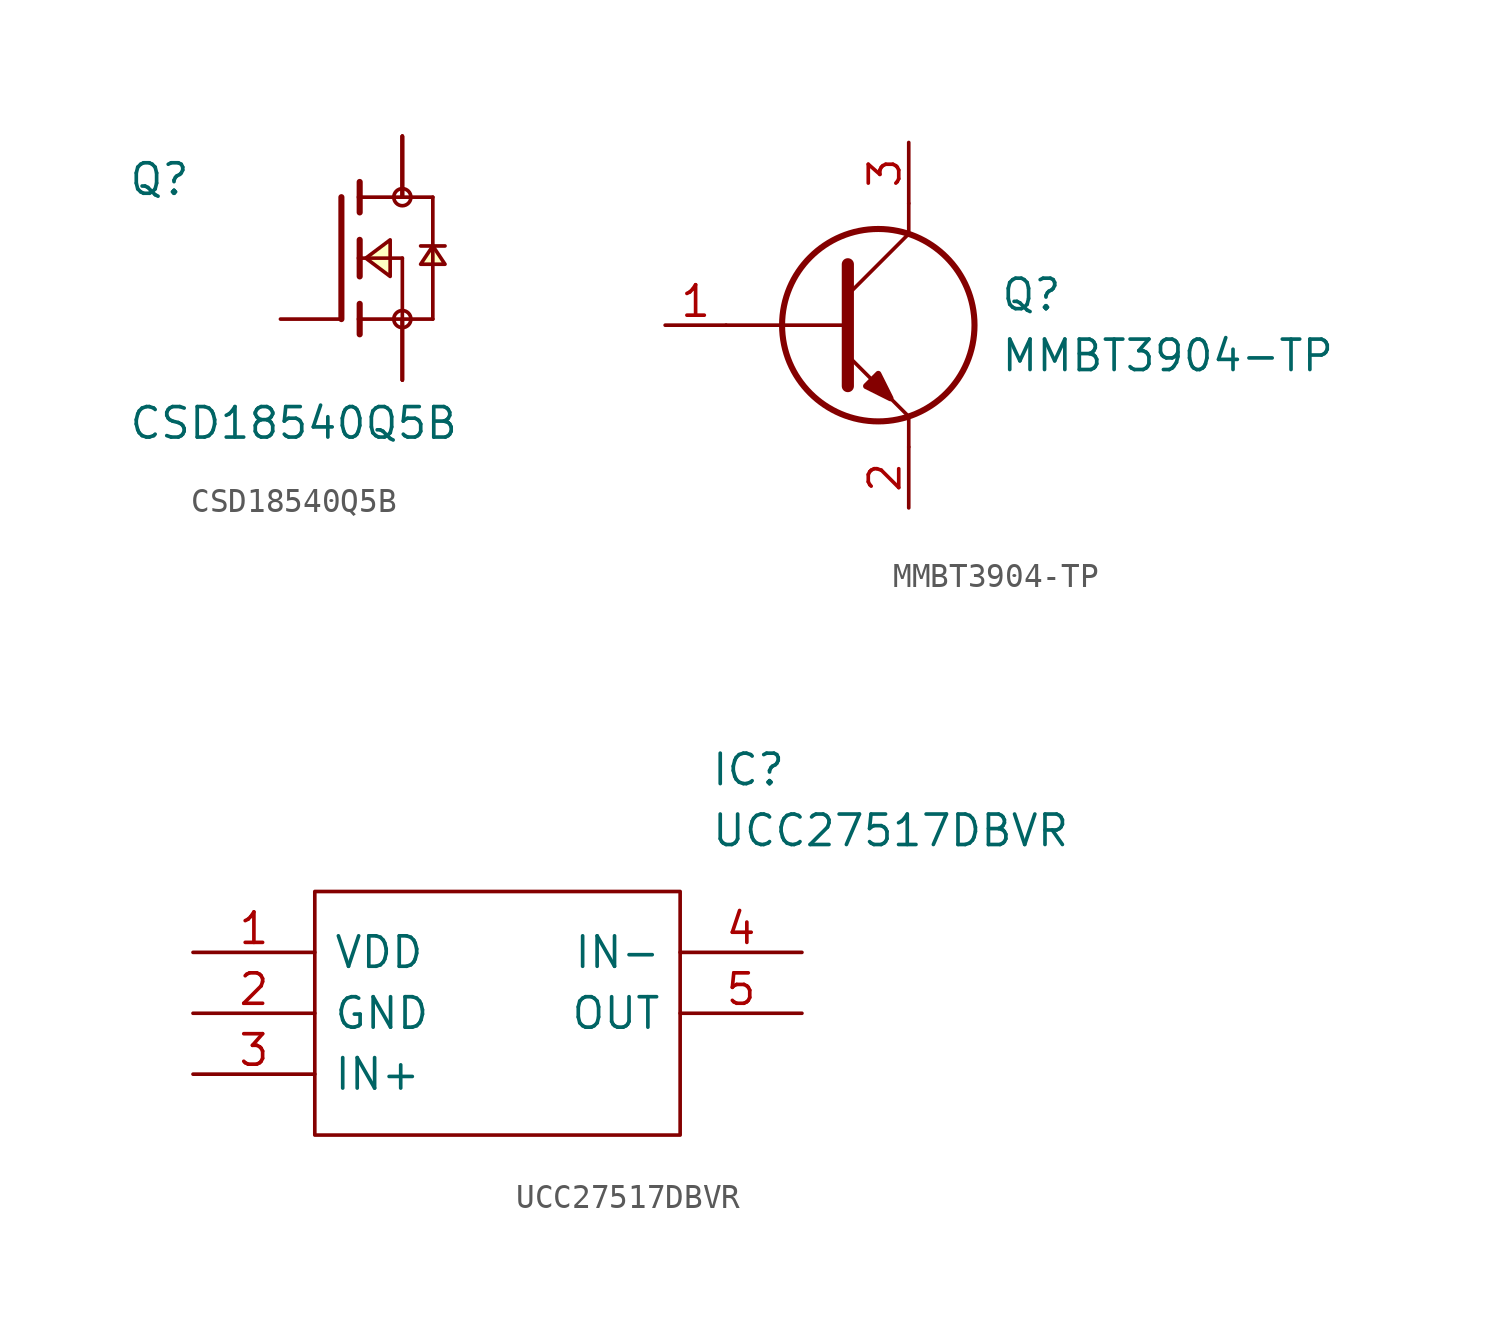
<source format=kicad_sym>
(kicad_symbol_lib
  (version 20211014)
  (generator kicad_symbol_editor)
  (symbol "CSD18540Q5B"
    (pin_numbers hide)
    (pin_names
      (offset 1.016) hide)
    (property "Reference" "Q"
      (at -8.89 2.54 0)
      (effects (font (size 1.27 1.27)) (justify left bottom)))
    (property "Value" "CSD18540Q5B"
      (at -8.89 -7.62 0)
      (effects (font (size 1.27 1.27)) (justify left bottom)))
    (property "ki_locked" ""
      (at 0 0 0)
      (effects (font (size 1.27 1.27))))
    (symbol "CSD18540Q5B_0_0"
      (polyline (pts (xy 0 2.54) (xy 0 -2.54)) (stroke (width 0.254) (type default) (color 0 0 0 0)) (fill (type none)))
      (polyline (pts (xy 0.762 -2.54) (xy 0.762 -3.175)) (stroke (width 0.254) (type default) (color 0 0 0 0)) (fill (type none)))
      (polyline (pts (xy 0.762 -1.905) (xy 0.762 -2.54)) (stroke (width 0.254) (type default) (color 0 0 0 0)) (fill (type none)))
      (polyline (pts (xy 0.762 0) (xy 0.762 -0.762)) (stroke (width 0.254) (type default) (color 0 0 0 0)) (fill (type none)))
      (polyline (pts (xy 0.762 0) (xy 2.54 0)) (stroke (width 0.152) (type default) (color 0 0 0 0)) (fill (type none)))
      (polyline (pts (xy 0.762 0.762) (xy 0.762 0)) (stroke (width 0.254) (type default) (color 0 0 0 0)) (fill (type none)))
      (polyline (pts (xy 0.762 2.54) (xy 0.762 1.905)) (stroke (width 0.254) (type default) (color 0 0 0 0)) (fill (type none)))
      (polyline (pts (xy 0.762 2.54) (xy 3.81 2.54)) (stroke (width 0.152) (type default) (color 0 0 0 0)) (fill (type none)))
      (polyline (pts (xy 0.762 3.175) (xy 0.762 2.54)) (stroke (width 0.254) (type default) (color 0 0 0 0)) (fill (type none)))
      (polyline (pts (xy 2.54 -2.54) (xy 0.762 -2.54)) (stroke (width 0.152) (type default) (color 0 0 0 0)) (fill (type none)))
      (polyline (pts (xy 2.54 -2.54) (xy 3.81 -2.54)) (stroke (width 0.152) (type default) (color 0 0 0 0)) (fill (type none)))
      (polyline (pts (xy 2.54 0) (xy 2.54 -2.54)) (stroke (width 0.152) (type default) (color 0 0 0 0)) (fill (type none)))
      (polyline (pts (xy 3.81 0.508) (xy 3.302 0.508)) (stroke (width 0.152) (type default) (color 0 0 0 0)) (fill (type none)))
      (polyline (pts (xy 3.81 0.508) (xy 3.81 -2.54)) (stroke (width 0.152) (type default) (color 0 0 0 0)) (fill (type none)))
      (polyline (pts (xy 3.81 2.54) (xy 3.81 0.508)) (stroke (width 0.152) (type default) (color 0 0 0 0)) (fill (type none)))
      (polyline (pts (xy 4.318 0.508) (xy 3.81 0.508)) (stroke (width 0.152) (type default) (color 0 0 0 0)) (fill (type none)))
      (polyline (pts (xy 1.016 0) (xy 2.032 0.762) (xy 2.032 -0.762) (xy 1.016 0)) (stroke (width 0.152) (type default) (color 0 0 0 0)) (fill (type background)))
      (polyline (pts (xy 3.81 0.508) (xy 3.302 -0.254) (xy 4.318 -0.254) (xy 3.81 0.508)) (stroke (width 0.152) (type default) (color 0 0 0 0)) (fill (type background)))
      (circle (center 2.54 -2.54) (radius 0.356) (stroke (width 0) (type default) (color 0 0 0 0)) (fill (type none)))
      (circle (center 2.54 2.54) (radius 0.356) (stroke (width 0) (type default) (color 0 0 0 0)) (fill (type none)))
      (pin passive line (at 2.54 -5.08 90) (length 2.54) (name "~" (effects (font (size 1.016 1.016)))) (number "1" (effects (font (size 1.016 1.016)))))
      (pin passive line (at 2.54 -5.08 90) (length 2.54) (name "~" (effects (font (size 1.016 1.016)))) (number "2" (effects (font (size 1.016 1.016)))))
      (pin passive line (at 2.54 -5.08 90) (length 2.54) (name "~" (effects (font (size 1.016 1.016)))) (number "3" (effects (font (size 1.016 1.016)))))
      (pin passive line (at -2.54 -2.54 0) (length 2.54) (name "~" (effects (font (size 1.016 1.016)))) (number "4" (effects (font (size 1.016 1.016)))))
      (pin passive line (at 2.54 5.08 270) (length 2.54) (name "~" (effects (font (size 1.016 1.016)))) (number "5" (effects (font (size 1.016 1.016)))))
      (pin passive line (at 2.54 5.08 270) (length 2.54) (name "~" (effects (font (size 1.016 1.016)))) (number "6" (effects (font (size 1.016 1.016)))))
      (pin passive line (at 2.54 5.08 270) (length 2.54) (name "~" (effects (font (size 1.016 1.016)))) (number "7" (effects (font (size 1.016 1.016)))))
      (pin passive line (at 2.54 5.08 270) (length 2.54) (name "~" (effects (font (size 1.016 1.016)))) (number "8" (effects (font (size 1.016 1.016)))))))
  (symbol "MMBT3904-TP"
    (pin_names
      (offset 0.762))
    (property "Reference" "Q"
      (at 13.97 1.27 0)
      (effects (font (size 1.27 1.27)) (justify left)))
    (property "Value" "MMBT3904-TP"
      (at 13.97 -1.27 0)
      (effects (font (size 1.27 1.27)) (justify left)))
    (symbol "MMBT3904-TP_0_0"
      (pin passive line (at 0 0 0) (length 2.54) (name "~" (effects (font (size 1.27 1.27)))) (number "1" (effects (font (size 1.27 1.27)))))
      (pin passive line (at 10.16 -7.62 90) (length 2.54) (name "~" (effects (font (size 1.27 1.27)))) (number "2" (effects (font (size 1.27 1.27)))))
      (pin passive line (at 10.16 7.62 270) (length 2.54) (name "~" (effects (font (size 1.27 1.27)))) (number "3" (effects (font (size 1.27 1.27))))))
    (symbol "MMBT3904-TP_0_1"
      (polyline (pts (xy 2.54 0) (xy 7.62 0)) (stroke (width 0.152) (type default) (color 0 0 0 0)) (fill (type none)))
      (polyline (pts (xy 7.62 -1.27) (xy 10.16 -3.81)) (stroke (width 0.152) (type default) (color 0 0 0 0)) (fill (type none)))
      (polyline (pts (xy 7.62 1.27) (xy 10.16 3.81)) (stroke (width 0.152) (type default) (color 0 0 0 0)) (fill (type none)))
      (polyline (pts (xy 7.62 2.54) (xy 7.62 -2.54)) (stroke (width 0.508) (type default) (color 0 0 0 0)) (fill (type none)))
      (polyline (pts (xy 10.16 -3.81) (xy 10.16 -5.08)) (stroke (width 0.152) (type default) (color 0 0 0 0)) (fill (type none)))
      (polyline (pts (xy 10.16 3.81) (xy 10.16 5.08)) (stroke (width 0.152) (type default) (color 0 0 0 0)) (fill (type none)))
      (polyline (pts (xy 8.382 -2.54) (xy 8.89 -2.032) (xy 9.398 -3.048) (xy 8.382 -2.54)) (stroke (width 0.254) (type default) (color 0 0 0 0)) (fill (type outline)))
      (circle (center 8.89 0) (radius 4.013) (stroke (width 0.254) (type default) (color 0 0 0 0)) (fill (type none)))))
  (symbol "UCC27517DBVR"
    (pin_names
      (offset 0.762))
    (property "Reference" "IC"
      (at 21.59 7.62 0)
      (effects (font (size 1.27 1.27)) (justify left)))
    (property "Value" "UCC27517DBVR"
      (at 21.59 5.08 0)
      (effects (font (size 1.27 1.27)) (justify left)))
    (symbol "UCC27517DBVR_0_0"
      (pin passive line (at 0 0 0) (length 5.08) (name "VDD" (effects (font (size 1.27 1.27)))) (number "1" (effects (font (size 1.27 1.27)))))
      (pin passive line (at 0 -2.54 0) (length 5.08) (name "GND" (effects (font (size 1.27 1.27)))) (number "2" (effects (font (size 1.27 1.27)))))
      (pin passive line (at 0 -5.08 0) (length 5.08) (name "IN+" (effects (font (size 1.27 1.27)))) (number "3" (effects (font (size 1.27 1.27)))))
      (pin passive line (at 25.4 0 180) (length 5.08) (name "IN-" (effects (font (size 1.27 1.27)))) (number "4" (effects (font (size 1.27 1.27)))))
      (pin passive line (at 25.4 -2.54 180) (length 5.08) (name "OUT" (effects (font (size 1.27 1.27)))) (number "5" (effects (font (size 1.27 1.27))))))
    (symbol "UCC27517DBVR_0_1"
      (polyline (pts (xy 5.08 2.54) (xy 20.32 2.54) (xy 20.32 -7.62) (xy 5.08 -7.62) (xy 5.08 2.54)) (stroke (width 0.152) (type default) (color 0 0 0 0)) (fill (type none))))))
</source>
